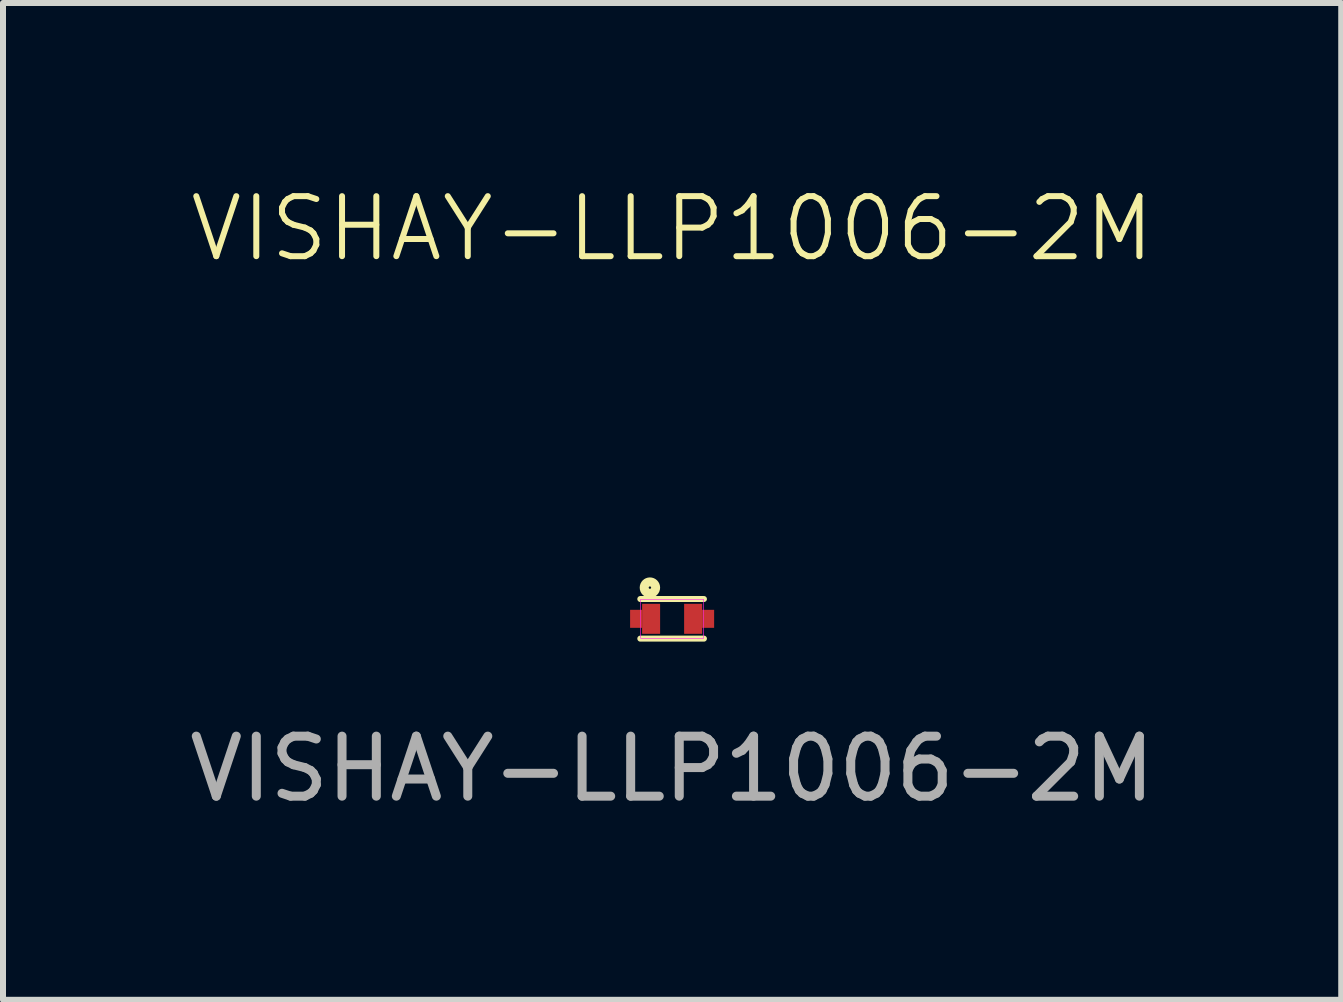
<source format=kicad_pcb>
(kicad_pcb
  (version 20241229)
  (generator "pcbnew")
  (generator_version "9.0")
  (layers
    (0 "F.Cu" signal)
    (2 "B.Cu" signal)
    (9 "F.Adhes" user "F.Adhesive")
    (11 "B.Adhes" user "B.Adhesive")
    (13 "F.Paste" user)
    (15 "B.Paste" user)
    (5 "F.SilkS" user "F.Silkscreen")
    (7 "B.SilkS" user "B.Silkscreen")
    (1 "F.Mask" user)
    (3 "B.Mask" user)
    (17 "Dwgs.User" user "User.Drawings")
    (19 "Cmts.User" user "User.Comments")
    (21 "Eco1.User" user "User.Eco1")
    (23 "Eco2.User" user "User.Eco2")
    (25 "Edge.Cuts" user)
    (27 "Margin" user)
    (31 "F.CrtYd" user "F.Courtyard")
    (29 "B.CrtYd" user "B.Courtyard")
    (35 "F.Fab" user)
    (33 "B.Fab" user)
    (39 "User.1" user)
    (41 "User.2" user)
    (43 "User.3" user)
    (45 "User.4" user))
  (footprint "VISHAY-LLP1006-2M"
    (layer "F.Cu")
    (at 8.149 7.261)
    (property "Reference" "VISHAY-LLP1006-2M" (at 0 -6.5 0) (unlocked yes) (layer "F.SilkS") (effects (font (size 1 1) (thickness 0.1))))
    (attr smd)
    (fp_line (start 0.53 -0.33) (end -0.53 -0.33) (stroke (width 0.1) (type default)) (layer "F.SilkS"))
    (fp_line (start 0.53 0.33) (end -0.53 0.33) (stroke (width 0.1) (type default)) (layer "F.SilkS"))
    (fp_circle (center -0.37 -0.52) (end -0.35 -0.52) (stroke (width 0.15) (type default)) (fill no) (layer "F.SilkS"))
    (fp_rect (start -0.525 -0.325) (end 0.525 0.325) (stroke (width 0.01) (type solid)) (fill no) (layer "F.CrtYd"))
    (fp_text user "${REFERENCE}" (at 0 2.5 0) (unlocked yes) (layer "F.Fab") (effects (font (size 1 1) (thickness 0.15))))
    (pad "1" smd rect (at -0.6 0) (size 0.2 0.3) (layers "F.Cu" "F.Mask" "F.Paste"))
    (pad "1" smd rect (at -0.35 0) (size 0.3 0.5) (layers "F.Cu" "F.Mask" "F.Paste"))
    (pad "2" smd rect (at 0.35 0) (size 0.3 0.5) (layers "F.Cu" "F.Mask" "F.Paste"))
    (pad "2" smd rect (at 0.6 0) (size 0.2 0.3) (layers "F.Cu" "F.Mask" "F.Paste")))
  (gr_rect
    (start -3 -3)
    (end 19.298 13.609)
    (stroke (width 0.1) (type default))
    (fill no)
    (layer "Edge.Cuts")))
</source>
